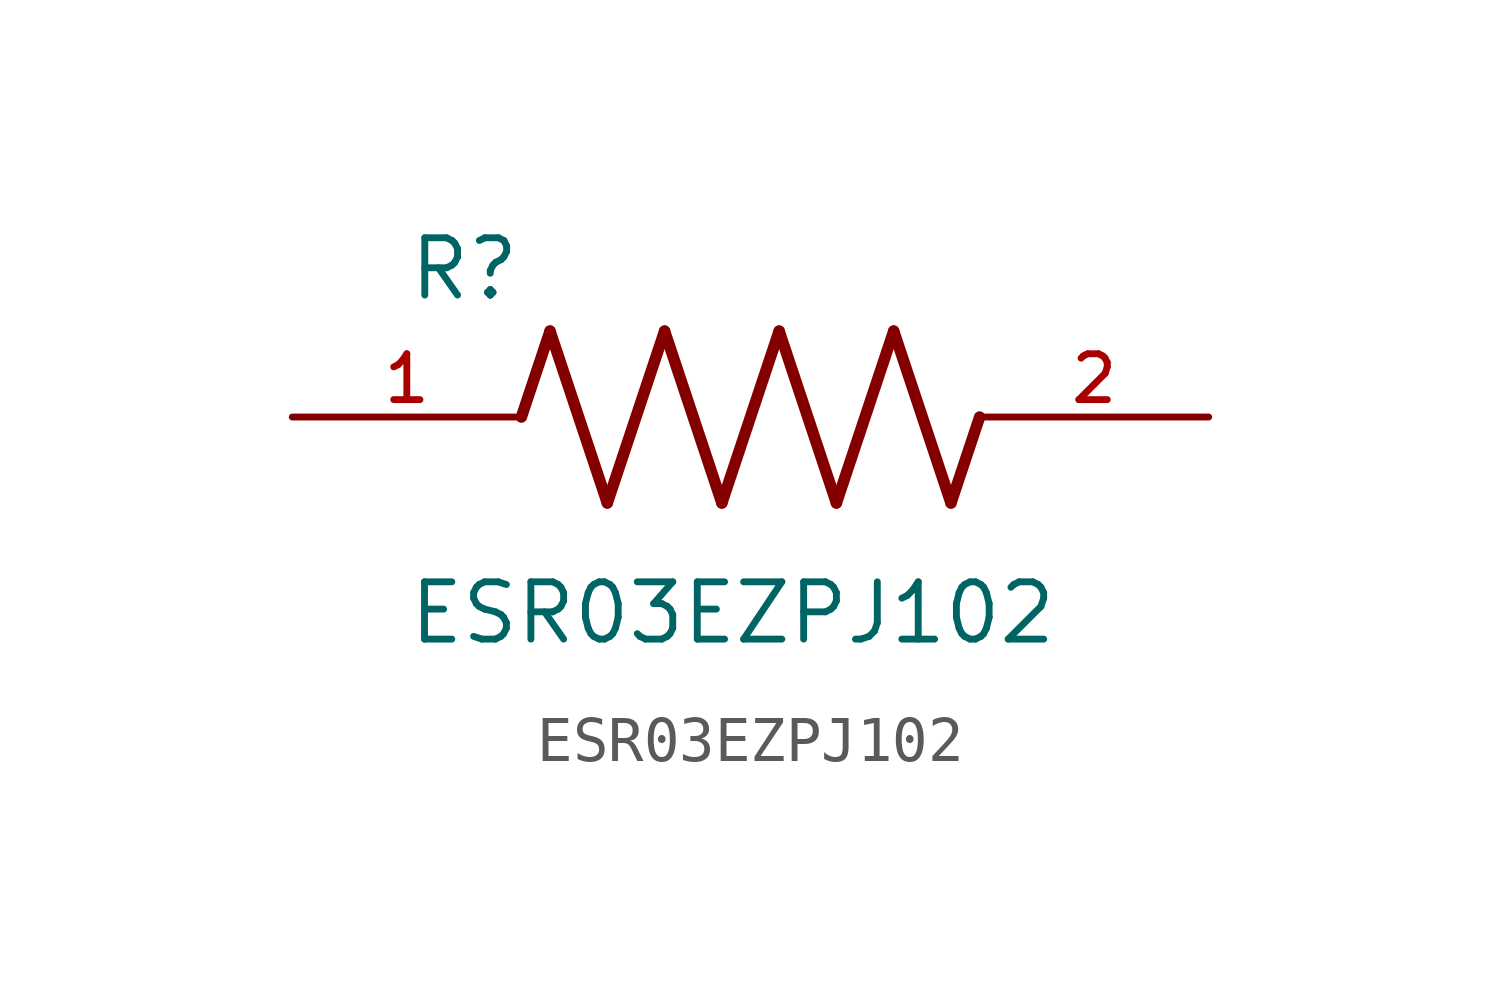
<source format=kicad_sym>
(kicad_symbol_lib
  (version 20211014)
  (generator kicad_symbol_editor)
  (symbol "ESR03EZPJ102"
    (pin_names
      (offset 1.016))
    (property "Reference" "R"
      (at -7.624 2.541 0)
      (effects (font (size 1.27 1.27)) (justify bottom left)))
    (property "Value" "ESR03EZPJ102"
      (at -7.63 -5.087 0)
      (effects (font (size 1.27 1.27)) (justify bottom left)))
    (symbol "ESR03EZPJ102_0_0"
      (polyline (pts (xy -5.08 0.0) (xy -4.445 1.905)) (stroke (width 0.254)))
      (polyline (pts (xy -4.445 1.905) (xy -3.175 -1.905)) (stroke (width 0.254)))
      (polyline (pts (xy -3.175 -1.905) (xy -1.905 1.905)) (stroke (width 0.254)))
      (polyline (pts (xy -1.905 1.905) (xy -0.635 -1.905)) (stroke (width 0.254)))
      (polyline (pts (xy -0.635 -1.905) (xy 0.635 1.905)) (stroke (width 0.254)))
      (polyline (pts (xy 0.635 1.905) (xy 1.905 -1.905)) (stroke (width 0.254)))
      (polyline (pts (xy 1.905 -1.905) (xy 3.175 1.905)) (stroke (width 0.254)))
      (polyline (pts (xy 3.175 1.905) (xy 4.445 -1.905)) (stroke (width 0.254)))
      (polyline (pts (xy 4.445 -1.905) (xy 5.08 0.0)) (stroke (width 0.254)))
      (pin passive line (at -10.16 0.0 0) (length 5.08) (name "~" (effects (font (size 1.016 1.016)))) (number "1" (effects (font (size 1.016 1.016)))))
      (pin passive line (at 10.16 0.0 180.0) (length 5.08) (name "~" (effects (font (size 1.016 1.016)))) (number "2" (effects (font (size 1.016 1.016))))))))
</source>
